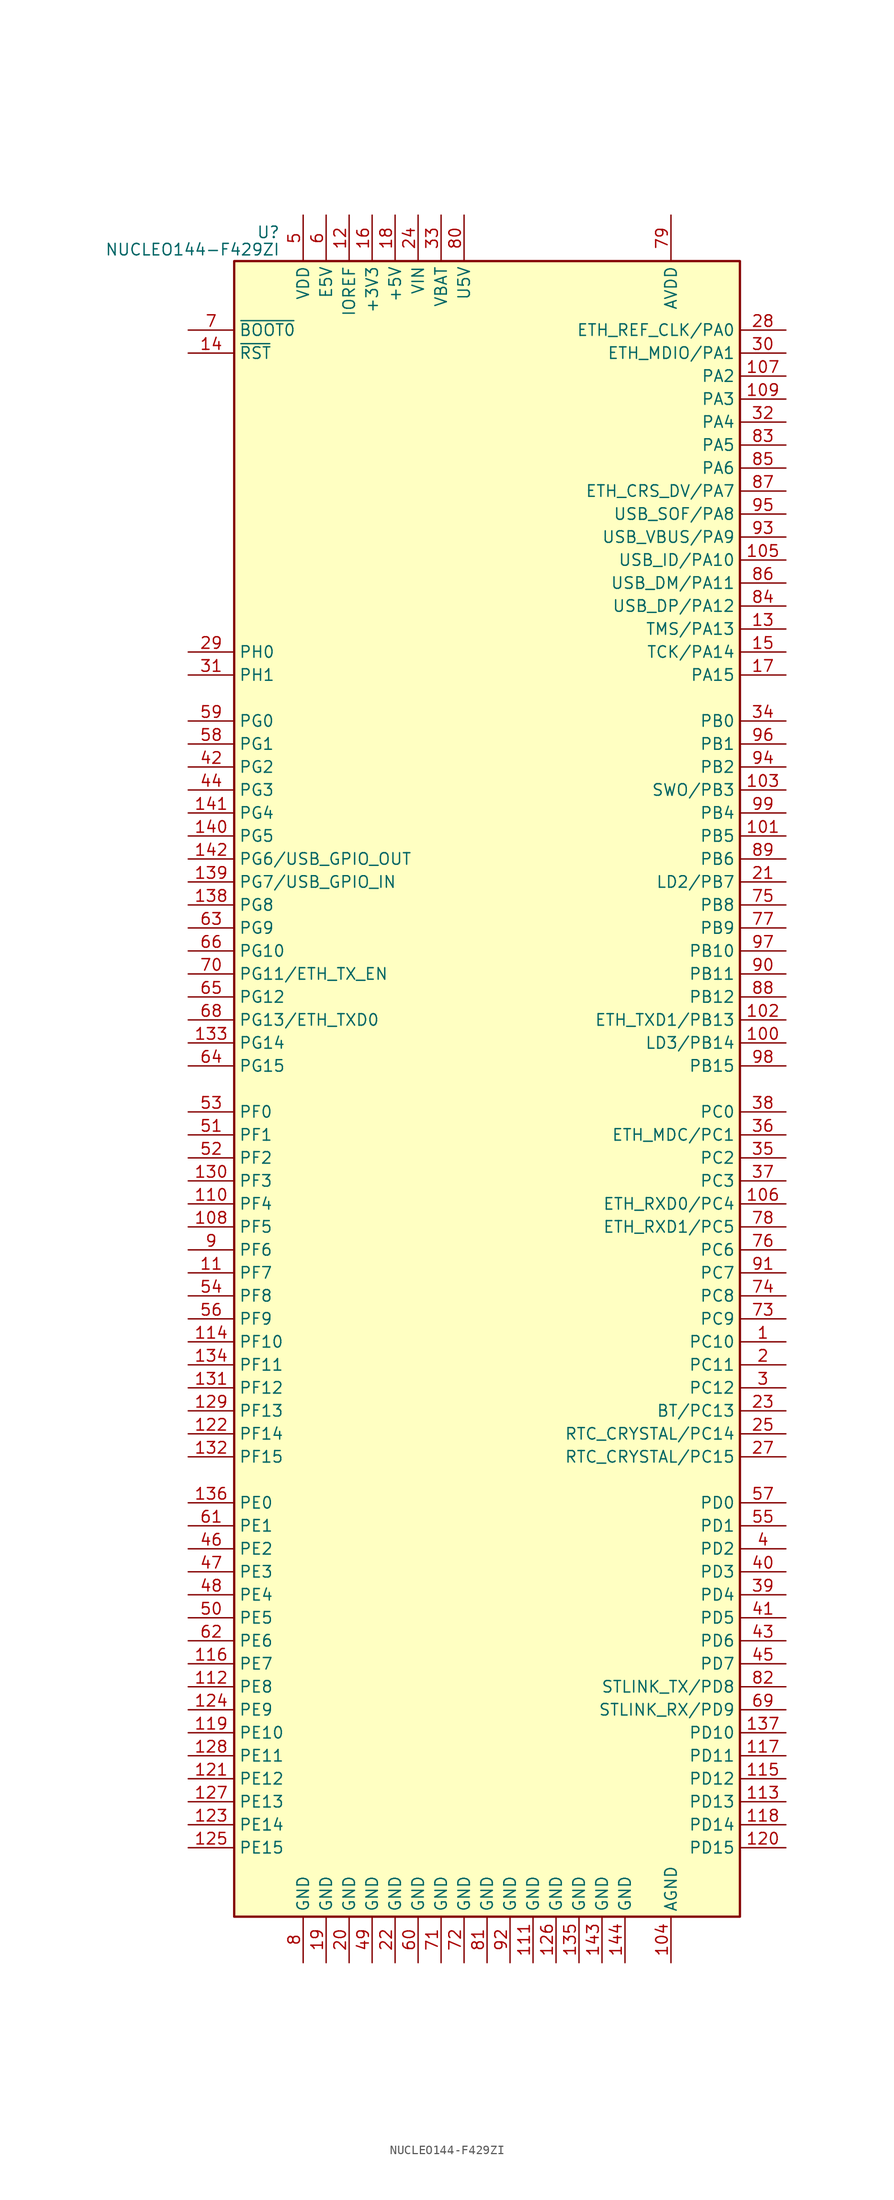
<source format=kicad_sym>
(kicad_symbol_lib
  (version 20201005)
  (generator kicad_symbol_editor)
  (symbol "MCU_Module:NUCLEO144-F429ZI"
    (property "Reference" "U"
      (at -22.86 94.615 0)
      (effects (font (size 1.27 1.27)) (justify right)))
    (property "Value" "NUCLEO144-F429ZI"
      (at -22.86 92.71 0)
      (effects (font (size 1.27 1.27)) (justify right)))
    (symbol "NUCLEO144-F429ZI_0_1"
      (rectangle (start -27.94 -91.44) (end 27.94 91.44) (stroke (width 0.254)) (fill (type background))))
    (symbol "NUCLEO144-F429ZI_1_1"
      (pin bidirectional line (at 33.02 -27.94 180) (length 5.08) (name "PC10" (effects (font (size 1.27 1.27)))) (number "1" (effects (font (size 1.27 1.27)))))
      (pin no_connect line (at -33.02 55.88 0) (length 5.08) hide (name "NC" (effects (font (size 1.27 1.27)))) (number "10" (effects (font (size 1.27 1.27)))))
      (pin bidirectional line (at 33.02 5.08 180) (length 5.08) (name "LD3/PB14" (effects (font (size 1.27 1.27)))) (number "100" (effects (font (size 1.27 1.27)))))
      (pin bidirectional line (at 33.02 27.94 180) (length 5.08) (name "PB5" (effects (font (size 1.27 1.27)))) (number "101" (effects (font (size 1.27 1.27)))))
      (pin bidirectional line (at 33.02 7.62 180) (length 5.08) (name "ETH_TXD1/PB13" (effects (font (size 1.27 1.27)))) (number "102" (effects (font (size 1.27 1.27)))))
      (pin bidirectional line (at 33.02 33.02 180) (length 5.08) (name "SWO/PB3" (effects (font (size 1.27 1.27)))) (number "103" (effects (font (size 1.27 1.27)))))
      (pin power_in line (at 20.32 -96.52 90) (length 5.08) (name "AGND" (effects (font (size 1.27 1.27)))) (number "104" (effects (font (size 1.27 1.27)))))
      (pin bidirectional line (at 33.02 58.42 180) (length 5.08) (name "USB_ID/PA10" (effects (font (size 1.27 1.27)))) (number "105" (effects (font (size 1.27 1.27)))))
      (pin bidirectional line (at 33.02 -12.7 180) (length 5.08) (name "ETH_RXD0/PC4" (effects (font (size 1.27 1.27)))) (number "106" (effects (font (size 1.27 1.27)))))
      (pin bidirectional line (at 33.02 78.74 180) (length 5.08) (name "PA2" (effects (font (size 1.27 1.27)))) (number "107" (effects (font (size 1.27 1.27)))))
      (pin bidirectional line (at -33.02 -15.24 0) (length 5.08) (name "PF5" (effects (font (size 1.27 1.27)))) (number "108" (effects (font (size 1.27 1.27)))))
      (pin bidirectional line (at 33.02 76.2 180) (length 5.08) (name "PA3" (effects (font (size 1.27 1.27)))) (number "109" (effects (font (size 1.27 1.27)))))
      (pin bidirectional line (at -33.02 -20.32 0) (length 5.08) (name "PF7" (effects (font (size 1.27 1.27)))) (number "11" (effects (font (size 1.27 1.27)))))
      (pin bidirectional line (at -33.02 -12.7 0) (length 5.08) (name "PF4" (effects (font (size 1.27 1.27)))) (number "110" (effects (font (size 1.27 1.27)))))
      (pin power_in line (at 5.08 -96.52 90) (length 5.08) (name "GND" (effects (font (size 1.27 1.27)))) (number "111" (effects (font (size 1.27 1.27)))))
      (pin bidirectional line (at -33.02 -66.04 0) (length 5.08) (name "PE8" (effects (font (size 1.27 1.27)))) (number "112" (effects (font (size 1.27 1.27)))))
      (pin bidirectional line (at 33.02 -78.74 180) (length 5.08) (name "PD13" (effects (font (size 1.27 1.27)))) (number "113" (effects (font (size 1.27 1.27)))))
      (pin bidirectional line (at -33.02 -27.94 0) (length 5.08) (name "PF10" (effects (font (size 1.27 1.27)))) (number "114" (effects (font (size 1.27 1.27)))))
      (pin bidirectional line (at 33.02 -76.2 180) (length 5.08) (name "PD12" (effects (font (size 1.27 1.27)))) (number "115" (effects (font (size 1.27 1.27)))))
      (pin bidirectional line (at -33.02 -63.5 0) (length 5.08) (name "PE7" (effects (font (size 1.27 1.27)))) (number "116" (effects (font (size 1.27 1.27)))))
      (pin bidirectional line (at 33.02 -73.66 180) (length 5.08) (name "PD11" (effects (font (size 1.27 1.27)))) (number "117" (effects (font (size 1.27 1.27)))))
      (pin bidirectional line (at 33.02 -81.28 180) (length 5.08) (name "PD14" (effects (font (size 1.27 1.27)))) (number "118" (effects (font (size 1.27 1.27)))))
      (pin bidirectional line (at -33.02 -71.12 0) (length 5.08) (name "PE10" (effects (font (size 1.27 1.27)))) (number "119" (effects (font (size 1.27 1.27)))))
      (pin power_in line (at -15.24 96.52 270) (length 5.08) (name "IOREF" (effects (font (size 1.27 1.27)))) (number "12" (effects (font (size 1.27 1.27)))))
      (pin bidirectional line (at 33.02 -83.82 180) (length 5.08) (name "PD15" (effects (font (size 1.27 1.27)))) (number "120" (effects (font (size 1.27 1.27)))))
      (pin bidirectional line (at -33.02 -76.2 0) (length 5.08) (name "PE12" (effects (font (size 1.27 1.27)))) (number "121" (effects (font (size 1.27 1.27)))))
      (pin bidirectional line (at -33.02 -38.1 0) (length 5.08) (name "PF14" (effects (font (size 1.27 1.27)))) (number "122" (effects (font (size 1.27 1.27)))))
      (pin bidirectional line (at -33.02 -81.28 0) (length 5.08) (name "PE14" (effects (font (size 1.27 1.27)))) (number "123" (effects (font (size 1.27 1.27)))))
      (pin bidirectional line (at -33.02 -68.58 0) (length 5.08) (name "PE9" (effects (font (size 1.27 1.27)))) (number "124" (effects (font (size 1.27 1.27)))))
      (pin bidirectional line (at -33.02 -83.82 0) (length 5.08) (name "PE15" (effects (font (size 1.27 1.27)))) (number "125" (effects (font (size 1.27 1.27)))))
      (pin power_in line (at 7.62 -96.52 90) (length 5.08) (name "GND" (effects (font (size 1.27 1.27)))) (number "126" (effects (font (size 1.27 1.27)))))
      (pin bidirectional line (at -33.02 -78.74 0) (length 5.08) (name "PE13" (effects (font (size 1.27 1.27)))) (number "127" (effects (font (size 1.27 1.27)))))
      (pin bidirectional line (at -33.02 -73.66 0) (length 5.08) (name "PE11" (effects (font (size 1.27 1.27)))) (number "128" (effects (font (size 1.27 1.27)))))
      (pin bidirectional line (at -33.02 -35.56 0) (length 5.08) (name "PF13" (effects (font (size 1.27 1.27)))) (number "129" (effects (font (size 1.27 1.27)))))
      (pin bidirectional line (at 33.02 50.8 180) (length 5.08) (name "TMS/PA13" (effects (font (size 1.27 1.27)))) (number "13" (effects (font (size 1.27 1.27)))))
      (pin bidirectional line (at -33.02 -10.16 0) (length 5.08) (name "PF3" (effects (font (size 1.27 1.27)))) (number "130" (effects (font (size 1.27 1.27)))))
      (pin bidirectional line (at -33.02 -33.02 0) (length 5.08) (name "PF12" (effects (font (size 1.27 1.27)))) (number "131" (effects (font (size 1.27 1.27)))))
      (pin bidirectional line (at -33.02 -40.64 0) (length 5.08) (name "PF15" (effects (font (size 1.27 1.27)))) (number "132" (effects (font (size 1.27 1.27)))))
      (pin bidirectional line (at -33.02 5.08 0) (length 5.08) (name "PG14" (effects (font (size 1.27 1.27)))) (number "133" (effects (font (size 1.27 1.27)))))
      (pin bidirectional line (at -33.02 -30.48 0) (length 5.08) (name "PF11" (effects (font (size 1.27 1.27)))) (number "134" (effects (font (size 1.27 1.27)))))
      (pin power_in line (at 10.16 -96.52 90) (length 5.08) (name "GND" (effects (font (size 1.27 1.27)))) (number "135" (effects (font (size 1.27 1.27)))))
      (pin bidirectional line (at -33.02 -45.72 0) (length 5.08) (name "PE0" (effects (font (size 1.27 1.27)))) (number "136" (effects (font (size 1.27 1.27)))))
      (pin bidirectional line (at 33.02 -71.12 180) (length 5.08) (name "PD10" (effects (font (size 1.27 1.27)))) (number "137" (effects (font (size 1.27 1.27)))))
      (pin bidirectional line (at -33.02 20.32 0) (length 5.08) (name "PG8" (effects (font (size 1.27 1.27)))) (number "138" (effects (font (size 1.27 1.27)))))
      (pin bidirectional line (at -33.02 22.86 0) (length 5.08) (name "PG7/USB_GPIO_IN" (effects (font (size 1.27 1.27)))) (number "139" (effects (font (size 1.27 1.27)))))
      (pin input line (at -33.02 81.28 0) (length 5.08) (name "~RST" (effects (font (size 1.27 1.27)))) (number "14" (effects (font (size 1.27 1.27)))))
      (pin bidirectional line (at -33.02 27.94 0) (length 5.08) (name "PG5" (effects (font (size 1.27 1.27)))) (number "140" (effects (font (size 1.27 1.27)))))
      (pin bidirectional line (at -33.02 30.48 0) (length 5.08) (name "PG4" (effects (font (size 1.27 1.27)))) (number "141" (effects (font (size 1.27 1.27)))))
      (pin bidirectional line (at -33.02 25.4 0) (length 5.08) (name "PG6/USB_GPIO_OUT" (effects (font (size 1.27 1.27)))) (number "142" (effects (font (size 1.27 1.27)))))
      (pin power_in line (at 12.7 -96.52 90) (length 5.08) (name "GND" (effects (font (size 1.27 1.27)))) (number "143" (effects (font (size 1.27 1.27)))))
      (pin power_in line (at 15.24 -96.52 90) (length 5.08) (name "GND" (effects (font (size 1.27 1.27)))) (number "144" (effects (font (size 1.27 1.27)))))
      (pin bidirectional line (at 33.02 48.26 180) (length 5.08) (name "TCK/PA14" (effects (font (size 1.27 1.27)))) (number "15" (effects (font (size 1.27 1.27)))))
      (pin power_in line (at -12.7 96.52 270) (length 5.08) (name "+3V3" (effects (font (size 1.27 1.27)))) (number "16" (effects (font (size 1.27 1.27)))))
      (pin bidirectional line (at 33.02 45.72 180) (length 5.08) (name "PA15" (effects (font (size 1.27 1.27)))) (number "17" (effects (font (size 1.27 1.27)))))
      (pin power_in line (at -10.16 96.52 270) (length 5.08) (name "+5V" (effects (font (size 1.27 1.27)))) (number "18" (effects (font (size 1.27 1.27)))))
      (pin power_in line (at -17.78 -96.52 90) (length 5.08) (name "GND" (effects (font (size 1.27 1.27)))) (number "19" (effects (font (size 1.27 1.27)))))
      (pin bidirectional line (at 33.02 -30.48 180) (length 5.08) (name "PC11" (effects (font (size 1.27 1.27)))) (number "2" (effects (font (size 1.27 1.27)))))
      (pin power_in line (at -15.24 -96.52 90) (length 5.08) (name "GND" (effects (font (size 1.27 1.27)))) (number "20" (effects (font (size 1.27 1.27)))))
      (pin bidirectional line (at 33.02 22.86 180) (length 5.08) (name "LD2/PB7" (effects (font (size 1.27 1.27)))) (number "21" (effects (font (size 1.27 1.27)))))
      (pin power_in line (at -10.16 -96.52 90) (length 5.08) (name "GND" (effects (font (size 1.27 1.27)))) (number "22" (effects (font (size 1.27 1.27)))))
      (pin bidirectional line (at 33.02 -35.56 180) (length 5.08) (name "BT/PC13" (effects (font (size 1.27 1.27)))) (number "23" (effects (font (size 1.27 1.27)))))
      (pin power_in line (at -7.62 96.52 270) (length 5.08) (name "VIN" (effects (font (size 1.27 1.27)))) (number "24" (effects (font (size 1.27 1.27)))))
      (pin bidirectional line (at 33.02 -38.1 180) (length 5.08) (name "RTC_CRYSTAL/PC14" (effects (font (size 1.27 1.27)))) (number "25" (effects (font (size 1.27 1.27)))))
      (pin no_connect line (at -33.02 58.42 0) (length 5.08) hide (name "NC" (effects (font (size 1.27 1.27)))) (number "26" (effects (font (size 1.27 1.27)))))
      (pin bidirectional line (at 33.02 -40.64 180) (length 5.08) (name "RTC_CRYSTAL/PC15" (effects (font (size 1.27 1.27)))) (number "27" (effects (font (size 1.27 1.27)))))
      (pin bidirectional line (at 33.02 83.82 180) (length 5.08) (name "ETH_REF_CLK/PA0" (effects (font (size 1.27 1.27)))) (number "28" (effects (font (size 1.27 1.27)))))
      (pin bidirectional line (at -33.02 48.26 0) (length 5.08) (name "PH0" (effects (font (size 1.27 1.27)))) (number "29" (effects (font (size 1.27 1.27)))))
      (pin bidirectional line (at 33.02 -33.02 180) (length 5.08) (name "PC12" (effects (font (size 1.27 1.27)))) (number "3" (effects (font (size 1.27 1.27)))))
      (pin bidirectional line (at 33.02 81.28 180) (length 5.08) (name "ETH_MDIO/PA1" (effects (font (size 1.27 1.27)))) (number "30" (effects (font (size 1.27 1.27)))))
      (pin bidirectional line (at -33.02 45.72 0) (length 5.08) (name "PH1" (effects (font (size 1.27 1.27)))) (number "31" (effects (font (size 1.27 1.27)))))
      (pin bidirectional line (at 33.02 73.66 180) (length 5.08) (name "PA4" (effects (font (size 1.27 1.27)))) (number "32" (effects (font (size 1.27 1.27)))))
      (pin power_in line (at -5.08 96.52 270) (length 5.08) (name "VBAT" (effects (font (size 1.27 1.27)))) (number "33" (effects (font (size 1.27 1.27)))))
      (pin bidirectional line (at 33.02 40.64 180) (length 5.08) (name "PB0" (effects (font (size 1.27 1.27)))) (number "34" (effects (font (size 1.27 1.27)))))
      (pin bidirectional line (at 33.02 -7.62 180) (length 5.08) (name "PC2" (effects (font (size 1.27 1.27)))) (number "35" (effects (font (size 1.27 1.27)))))
      (pin bidirectional line (at 33.02 -5.08 180) (length 5.08) (name "ETH_MDC/PC1" (effects (font (size 1.27 1.27)))) (number "36" (effects (font (size 1.27 1.27)))))
      (pin bidirectional line (at 33.02 -10.16 180) (length 5.08) (name "PC3" (effects (font (size 1.27 1.27)))) (number "37" (effects (font (size 1.27 1.27)))))
      (pin bidirectional line (at 33.02 -2.54 180) (length 5.08) (name "PC0" (effects (font (size 1.27 1.27)))) (number "38" (effects (font (size 1.27 1.27)))))
      (pin bidirectional line (at 33.02 -55.88 180) (length 5.08) (name "PD4" (effects (font (size 1.27 1.27)))) (number "39" (effects (font (size 1.27 1.27)))))
      (pin bidirectional line (at 33.02 -50.8 180) (length 5.08) (name "PD2" (effects (font (size 1.27 1.27)))) (number "4" (effects (font (size 1.27 1.27)))))
      (pin bidirectional line (at 33.02 -53.34 180) (length 5.08) (name "PD3" (effects (font (size 1.27 1.27)))) (number "40" (effects (font (size 1.27 1.27)))))
      (pin bidirectional line (at 33.02 -58.42 180) (length 5.08) (name "PD5" (effects (font (size 1.27 1.27)))) (number "41" (effects (font (size 1.27 1.27)))))
      (pin bidirectional line (at -33.02 35.56 0) (length 5.08) (name "PG2" (effects (font (size 1.27 1.27)))) (number "42" (effects (font (size 1.27 1.27)))))
      (pin bidirectional line (at 33.02 -60.96 180) (length 5.08) (name "PD6" (effects (font (size 1.27 1.27)))) (number "43" (effects (font (size 1.27 1.27)))))
      (pin bidirectional line (at -33.02 33.02 0) (length 5.08) (name "PG3" (effects (font (size 1.27 1.27)))) (number "44" (effects (font (size 1.27 1.27)))))
      (pin bidirectional line (at 33.02 -63.5 180) (length 5.08) (name "PD7" (effects (font (size 1.27 1.27)))) (number "45" (effects (font (size 1.27 1.27)))))
      (pin bidirectional line (at -33.02 -50.8 0) (length 5.08) (name "PE2" (effects (font (size 1.27 1.27)))) (number "46" (effects (font (size 1.27 1.27)))))
      (pin bidirectional line (at -33.02 -53.34 0) (length 5.08) (name "PE3" (effects (font (size 1.27 1.27)))) (number "47" (effects (font (size 1.27 1.27)))))
      (pin bidirectional line (at -33.02 -55.88 0) (length 5.08) (name "PE4" (effects (font (size 1.27 1.27)))) (number "48" (effects (font (size 1.27 1.27)))))
      (pin power_in line (at -12.7 -96.52 90) (length 5.08) (name "GND" (effects (font (size 1.27 1.27)))) (number "49" (effects (font (size 1.27 1.27)))))
      (pin power_in line (at -20.32 96.52 270) (length 5.08) (name "VDD" (effects (font (size 1.27 1.27)))) (number "5" (effects (font (size 1.27 1.27)))))
      (pin bidirectional line (at -33.02 -58.42 0) (length 5.08) (name "PE5" (effects (font (size 1.27 1.27)))) (number "50" (effects (font (size 1.27 1.27)))))
      (pin bidirectional line (at -33.02 -5.08 0) (length 5.08) (name "PF1" (effects (font (size 1.27 1.27)))) (number "51" (effects (font (size 1.27 1.27)))))
      (pin bidirectional line (at -33.02 -7.62 0) (length 5.08) (name "PF2" (effects (font (size 1.27 1.27)))) (number "52" (effects (font (size 1.27 1.27)))))
      (pin bidirectional line (at -33.02 -2.54 0) (length 5.08) (name "PF0" (effects (font (size 1.27 1.27)))) (number "53" (effects (font (size 1.27 1.27)))))
      (pin bidirectional line (at -33.02 -22.86 0) (length 5.08) (name "PF8" (effects (font (size 1.27 1.27)))) (number "54" (effects (font (size 1.27 1.27)))))
      (pin bidirectional line (at 33.02 -48.26 180) (length 5.08) (name "PD1" (effects (font (size 1.27 1.27)))) (number "55" (effects (font (size 1.27 1.27)))))
      (pin bidirectional line (at -33.02 -25.4 0) (length 5.08) (name "PF9" (effects (font (size 1.27 1.27)))) (number "56" (effects (font (size 1.27 1.27)))))
      (pin bidirectional line (at 33.02 -45.72 180) (length 5.08) (name "PD0" (effects (font (size 1.27 1.27)))) (number "57" (effects (font (size 1.27 1.27)))))
      (pin bidirectional line (at -33.02 38.1 0) (length 5.08) (name "PG1" (effects (font (size 1.27 1.27)))) (number "58" (effects (font (size 1.27 1.27)))))
      (pin bidirectional line (at -33.02 40.64 0) (length 5.08) (name "PG0" (effects (font (size 1.27 1.27)))) (number "59" (effects (font (size 1.27 1.27)))))
      (pin power_in line (at -17.78 96.52 270) (length 5.08) (name "E5V" (effects (font (size 1.27 1.27)))) (number "6" (effects (font (size 1.27 1.27)))))
      (pin power_in line (at -7.62 -96.52 90) (length 5.08) (name "GND" (effects (font (size 1.27 1.27)))) (number "60" (effects (font (size 1.27 1.27)))))
      (pin bidirectional line (at -33.02 -48.26 0) (length 5.08) (name "PE1" (effects (font (size 1.27 1.27)))) (number "61" (effects (font (size 1.27 1.27)))))
      (pin bidirectional line (at -33.02 -60.96 0) (length 5.08) (name "PE6" (effects (font (size 1.27 1.27)))) (number "62" (effects (font (size 1.27 1.27)))))
      (pin bidirectional line (at -33.02 17.78 0) (length 5.08) (name "PG9" (effects (font (size 1.27 1.27)))) (number "63" (effects (font (size 1.27 1.27)))))
      (pin bidirectional line (at -33.02 2.54 0) (length 5.08) (name "PG15" (effects (font (size 1.27 1.27)))) (number "64" (effects (font (size 1.27 1.27)))))
      (pin bidirectional line (at -33.02 10.16 0) (length 5.08) (name "PG12" (effects (font (size 1.27 1.27)))) (number "65" (effects (font (size 1.27 1.27)))))
      (pin bidirectional line (at -33.02 15.24 0) (length 5.08) (name "PG10" (effects (font (size 1.27 1.27)))) (number "66" (effects (font (size 1.27 1.27)))))
      (pin no_connect line (at -33.02 53.34 0) (length 5.08) hide (name "NC" (effects (font (size 1.27 1.27)))) (number "67" (effects (font (size 1.27 1.27)))))
      (pin bidirectional line (at -33.02 7.62 0) (length 5.08) (name "PG13/ETH_TXD0" (effects (font (size 1.27 1.27)))) (number "68" (effects (font (size 1.27 1.27)))))
      (pin bidirectional line (at 33.02 -68.58 180) (length 5.08) (name "STLINK_RX/PD9" (effects (font (size 1.27 1.27)))) (number "69" (effects (font (size 1.27 1.27)))))
      (pin input line (at -33.02 83.82 0) (length 5.08) (name "~BOOT0" (effects (font (size 1.27 1.27)))) (number "7" (effects (font (size 1.27 1.27)))))
      (pin bidirectional line (at -33.02 12.7 0) (length 5.08) (name "PG11/ETH_TX_EN" (effects (font (size 1.27 1.27)))) (number "70" (effects (font (size 1.27 1.27)))))
      (pin power_in line (at -5.08 -96.52 90) (length 5.08) (name "GND" (effects (font (size 1.27 1.27)))) (number "71" (effects (font (size 1.27 1.27)))))
      (pin power_in line (at -2.54 -96.52 90) (length 5.08) (name "GND" (effects (font (size 1.27 1.27)))) (number "72" (effects (font (size 1.27 1.27)))))
      (pin bidirectional line (at 33.02 -25.4 180) (length 5.08) (name "PC9" (effects (font (size 1.27 1.27)))) (number "73" (effects (font (size 1.27 1.27)))))
      (pin bidirectional line (at 33.02 -22.86 180) (length 5.08) (name "PC8" (effects (font (size 1.27 1.27)))) (number "74" (effects (font (size 1.27 1.27)))))
      (pin bidirectional line (at 33.02 20.32 180) (length 5.08) (name "PB8" (effects (font (size 1.27 1.27)))) (number "75" (effects (font (size 1.27 1.27)))))
      (pin bidirectional line (at 33.02 -17.78 180) (length 5.08) (name "PC6" (effects (font (size 1.27 1.27)))) (number "76" (effects (font (size 1.27 1.27)))))
      (pin bidirectional line (at 33.02 17.78 180) (length 5.08) (name "PB9" (effects (font (size 1.27 1.27)))) (number "77" (effects (font (size 1.27 1.27)))))
      (pin bidirectional line (at 33.02 -15.24 180) (length 5.08) (name "ETH_RXD1/PC5" (effects (font (size 1.27 1.27)))) (number "78" (effects (font (size 1.27 1.27)))))
      (pin power_in line (at 20.32 96.52 270) (length 5.08) (name "AVDD" (effects (font (size 1.27 1.27)))) (number "79" (effects (font (size 1.27 1.27)))))
      (pin power_in line (at -20.32 -96.52 90) (length 5.08) (name "GND" (effects (font (size 1.27 1.27)))) (number "8" (effects (font (size 1.27 1.27)))))
      (pin power_in line (at -2.54 96.52 270) (length 5.08) (name "U5V" (effects (font (size 1.27 1.27)))) (number "80" (effects (font (size 1.27 1.27)))))
      (pin power_in line (at 0 -96.52 90) (length 5.08) (name "GND" (effects (font (size 1.27 1.27)))) (number "81" (effects (font (size 1.27 1.27)))))
      (pin bidirectional line (at 33.02 -66.04 180) (length 5.08) (name "STLINK_TX/PD8" (effects (font (size 1.27 1.27)))) (number "82" (effects (font (size 1.27 1.27)))))
      (pin bidirectional line (at 33.02 71.12 180) (length 5.08) (name "PA5" (effects (font (size 1.27 1.27)))) (number "83" (effects (font (size 1.27 1.27)))))
      (pin bidirectional line (at 33.02 53.34 180) (length 5.08) (name "USB_DP/PA12" (effects (font (size 1.27 1.27)))) (number "84" (effects (font (size 1.27 1.27)))))
      (pin bidirectional line (at 33.02 68.58 180) (length 5.08) (name "PA6" (effects (font (size 1.27 1.27)))) (number "85" (effects (font (size 1.27 1.27)))))
      (pin bidirectional line (at 33.02 55.88 180) (length 5.08) (name "USB_DM/PA11" (effects (font (size 1.27 1.27)))) (number "86" (effects (font (size 1.27 1.27)))))
      (pin bidirectional line (at 33.02 66.04 180) (length 5.08) (name "ETH_CRS_DV/PA7" (effects (font (size 1.27 1.27)))) (number "87" (effects (font (size 1.27 1.27)))))
      (pin bidirectional line (at 33.02 10.16 180) (length 5.08) (name "PB12" (effects (font (size 1.27 1.27)))) (number "88" (effects (font (size 1.27 1.27)))))
      (pin bidirectional line (at 33.02 25.4 180) (length 5.08) (name "PB6" (effects (font (size 1.27 1.27)))) (number "89" (effects (font (size 1.27 1.27)))))
      (pin bidirectional line (at -33.02 -17.78 0) (length 5.08) (name "PF6" (effects (font (size 1.27 1.27)))) (number "9" (effects (font (size 1.27 1.27)))))
      (pin bidirectional line (at 33.02 12.7 180) (length 5.08) (name "PB11" (effects (font (size 1.27 1.27)))) (number "90" (effects (font (size 1.27 1.27)))))
      (pin bidirectional line (at 33.02 -20.32 180) (length 5.08) (name "PC7" (effects (font (size 1.27 1.27)))) (number "91" (effects (font (size 1.27 1.27)))))
      (pin power_in line (at 2.54 -96.52 90) (length 5.08) (name "GND" (effects (font (size 1.27 1.27)))) (number "92" (effects (font (size 1.27 1.27)))))
      (pin bidirectional line (at 33.02 60.96 180) (length 5.08) (name "USB_VBUS/PA9" (effects (font (size 1.27 1.27)))) (number "93" (effects (font (size 1.27 1.27)))))
      (pin bidirectional line (at 33.02 35.56 180) (length 5.08) (name "PB2" (effects (font (size 1.27 1.27)))) (number "94" (effects (font (size 1.27 1.27)))))
      (pin bidirectional line (at 33.02 63.5 180) (length 5.08) (name "USB_SOF/PA8" (effects (font (size 1.27 1.27)))) (number "95" (effects (font (size 1.27 1.27)))))
      (pin bidirectional line (at 33.02 38.1 180) (length 5.08) (name "PB1" (effects (font (size 1.27 1.27)))) (number "96" (effects (font (size 1.27 1.27)))))
      (pin bidirectional line (at 33.02 15.24 180) (length 5.08) (name "PB10" (effects (font (size 1.27 1.27)))) (number "97" (effects (font (size 1.27 1.27)))))
      (pin bidirectional line (at 33.02 2.54 180) (length 5.08) (name "PB15" (effects (font (size 1.27 1.27)))) (number "98" (effects (font (size 1.27 1.27)))))
      (pin bidirectional line (at 33.02 30.48 180) (length 5.08) (name "PB4" (effects (font (size 1.27 1.27)))) (number "99" (effects (font (size 1.27 1.27))))))))
</source>
